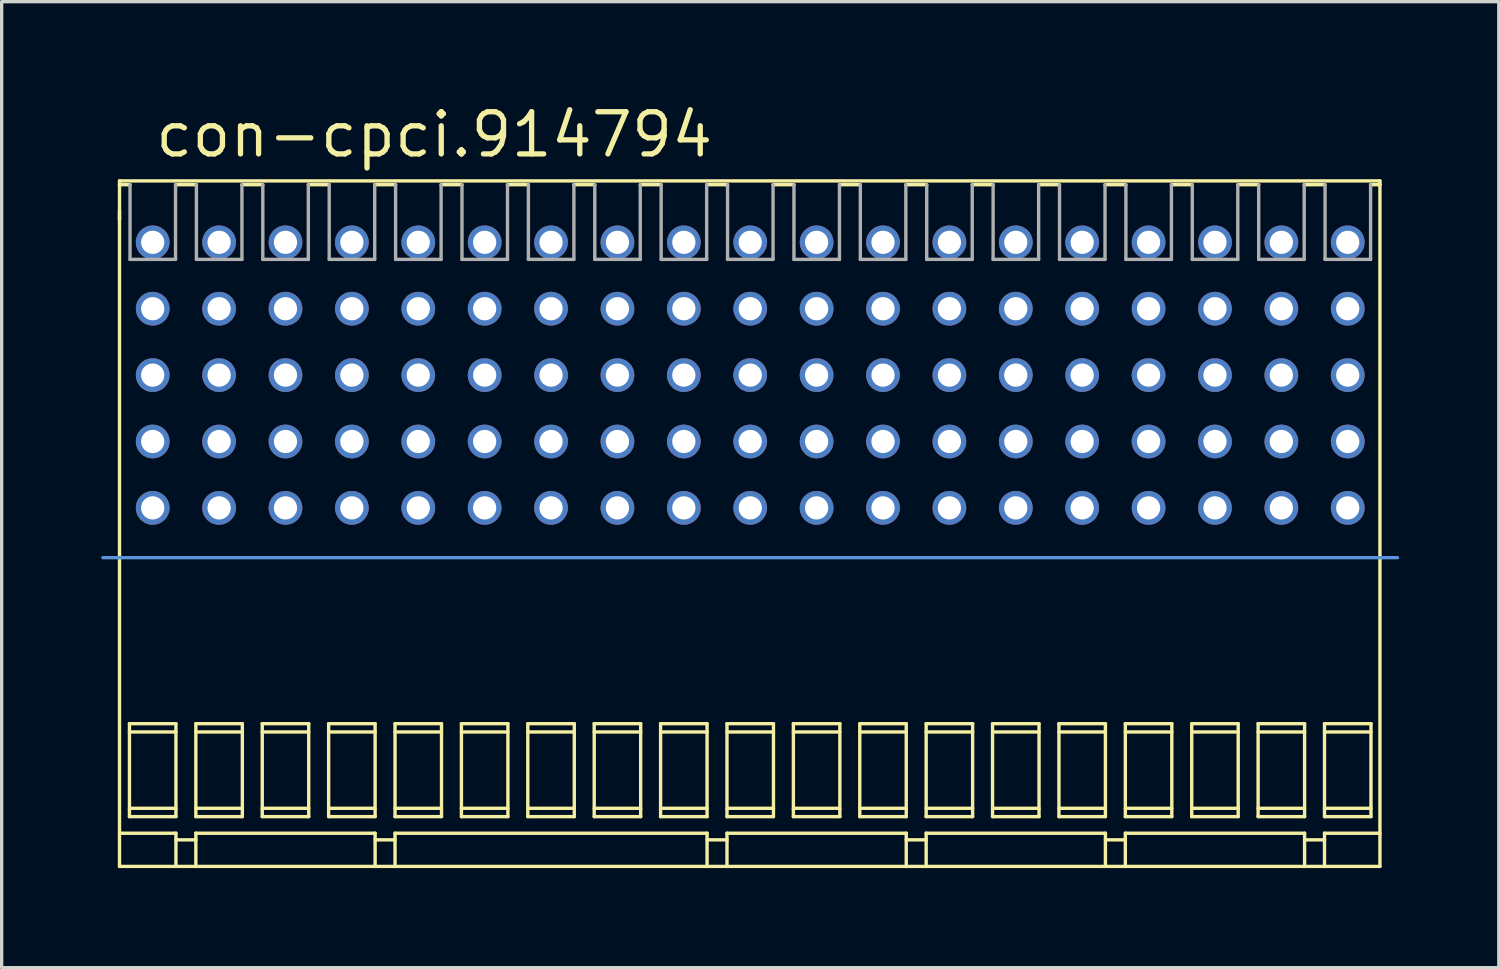
<source format=kicad_pcb>
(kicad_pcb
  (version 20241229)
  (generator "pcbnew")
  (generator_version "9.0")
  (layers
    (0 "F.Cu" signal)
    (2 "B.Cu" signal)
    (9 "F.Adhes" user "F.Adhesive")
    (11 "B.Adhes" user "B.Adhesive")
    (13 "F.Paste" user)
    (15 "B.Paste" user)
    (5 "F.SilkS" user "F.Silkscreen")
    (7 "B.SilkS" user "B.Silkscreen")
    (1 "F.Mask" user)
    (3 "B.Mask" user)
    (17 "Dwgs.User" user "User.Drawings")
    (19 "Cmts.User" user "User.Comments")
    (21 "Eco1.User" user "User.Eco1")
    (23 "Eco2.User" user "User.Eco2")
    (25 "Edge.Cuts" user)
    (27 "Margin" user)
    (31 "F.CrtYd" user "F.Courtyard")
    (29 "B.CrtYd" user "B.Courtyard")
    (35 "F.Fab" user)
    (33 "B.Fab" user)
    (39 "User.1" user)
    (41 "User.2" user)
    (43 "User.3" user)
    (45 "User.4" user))
  (footprint "con-cpci.914794"
    (layer "F.Cu")
    (at 19.55 12.25)
    (property "Reference" "con-cpci.914794" (at -18 -10.5 0) (layer "F.SilkS") (effects (font (size 1.27 1.27) (thickness 0.16)) (justify left bottom)))
    (attr through_hole)
    (fp_line (start -19 -9.85) (end 18.97 -9.85) (stroke (width 0.102) (type default)) (layer "F.SilkS"))
    (fp_line (start -19 -9.736) (end -19 -9.85) (stroke (width 0.102) (type default)) (layer "F.SilkS"))
    (fp_line (start -19 -8.952) (end -19 -8.686) (stroke (width 0.102) (type default)) (layer "F.SilkS"))
    (fp_line (start -19 -8.686) (end -19 -9.736) (stroke (width 0.102) (type default)) (layer "F.SilkS"))
    (fp_line (start -19 -8.686) (end -19 10.8) (stroke (width 0.102) (type default)) (layer "F.SilkS"))
    (fp_line (start -19 10.8) (end 18.97 10.8) (stroke (width 0.102) (type default)) (layer "F.SilkS"))
    (fp_line (start -18.7 6.75) (end -17.3 6.75) (stroke (width 0.102) (type default)) (layer "F.SilkS"))
    (fp_line (start -18.7 9.05) (end -17.3 9.05) (stroke (width 0.102) (type default)) (layer "F.SilkS"))
    (fp_line (start -18.7 9.3) (end -18.7 6.5) (stroke (width 0.102) (type default)) (layer "F.SilkS"))
    (fp_line (start -18.683 -9.736) (end -19 -9.736) (stroke (width 0.102) (type default)) (layer "F.SilkS"))
    (fp_line (start -17.3 6.5) (end -18.7 6.5) (stroke (width 0.102) (type default)) (layer "F.SilkS"))
    (fp_line (start -17.3 9.3) (end -18.7 9.3) (stroke (width 0.102) (type default)) (layer "F.SilkS"))
    (fp_line (start -17.3 9.3) (end -17.3 6.5) (stroke (width 0.102) (type default)) (layer "F.SilkS"))
    (fp_line (start -17.3 9.8) (end -19 9.8) (stroke (width 0.102) (type default)) (layer "F.SilkS"))
    (fp_line (start -17.3 10) (end -16.7 10) (stroke (width 0.102) (type default)) (layer "F.SilkS"))
    (fp_line (start -17.3 10.8) (end -17.3 9.8) (stroke (width 0.102) (type default)) (layer "F.SilkS"))
    (fp_line (start -16.7 6.75) (end -15.3 6.75) (stroke (width 0.102) (type default)) (layer "F.SilkS"))
    (fp_line (start -16.7 9.05) (end -15.3 9.05) (stroke (width 0.102) (type default)) (layer "F.SilkS"))
    (fp_line (start -16.7 9.3) (end -16.7 6.5) (stroke (width 0.102) (type default)) (layer "F.SilkS"))
    (fp_line (start -16.7 9.8) (end -11.3 9.8) (stroke (width 0.102) (type default)) (layer "F.SilkS"))
    (fp_line (start -16.7 10.8) (end -16.7 9.8) (stroke (width 0.102) (type default)) (layer "F.SilkS"))
    (fp_line (start -16.683 -9.736) (end -17.312 -9.736) (stroke (width 0.102) (type default)) (layer "F.SilkS"))
    (fp_line (start -15.3 6.5) (end -16.7 6.5) (stroke (width 0.102) (type default)) (layer "F.SilkS"))
    (fp_line (start -15.3 9.3) (end -16.7 9.3) (stroke (width 0.102) (type default)) (layer "F.SilkS"))
    (fp_line (start -15.3 9.3) (end -15.3 6.5) (stroke (width 0.102) (type default)) (layer "F.SilkS"))
    (fp_line (start -14.7 6.75) (end -13.3 6.75) (stroke (width 0.102) (type default)) (layer "F.SilkS"))
    (fp_line (start -14.7 9.05) (end -13.3 9.05) (stroke (width 0.102) (type default)) (layer "F.SilkS"))
    (fp_line (start -14.7 9.3) (end -14.7 6.5) (stroke (width 0.102) (type default)) (layer "F.SilkS"))
    (fp_line (start -14.683 -9.736) (end -15.312 -9.736) (stroke (width 0.102) (type default)) (layer "F.SilkS"))
    (fp_line (start -13.3 6.5) (end -14.7 6.5) (stroke (width 0.102) (type default)) (layer "F.SilkS"))
    (fp_line (start -13.3 9.3) (end -14.7 9.3) (stroke (width 0.102) (type default)) (layer "F.SilkS"))
    (fp_line (start -13.3 9.3) (end -13.3 6.5) (stroke (width 0.102) (type default)) (layer "F.SilkS"))
    (fp_line (start -12.7 6.75) (end -11.3 6.75) (stroke (width 0.102) (type default)) (layer "F.SilkS"))
    (fp_line (start -12.7 9.05) (end -11.3 9.05) (stroke (width 0.102) (type default)) (layer "F.SilkS"))
    (fp_line (start -12.7 9.3) (end -12.7 6.5) (stroke (width 0.102) (type default)) (layer "F.SilkS"))
    (fp_line (start -12.683 -9.736) (end -13.312 -9.736) (stroke (width 0.102) (type default)) (layer "F.SilkS"))
    (fp_line (start -11.3 6.5) (end -12.7 6.5) (stroke (width 0.102) (type default)) (layer "F.SilkS"))
    (fp_line (start -11.3 9.3) (end -12.7 9.3) (stroke (width 0.102) (type default)) (layer "F.SilkS"))
    (fp_line (start -11.3 9.3) (end -11.3 6.5) (stroke (width 0.102) (type default)) (layer "F.SilkS"))
    (fp_line (start -11.3 10) (end -10.7 10) (stroke (width 0.102) (type default)) (layer "F.SilkS"))
    (fp_line (start -11.3 10.8) (end -11.3 9.8) (stroke (width 0.102) (type default)) (layer "F.SilkS"))
    (fp_line (start -10.7 6.75) (end -9.3 6.75) (stroke (width 0.102) (type default)) (layer "F.SilkS"))
    (fp_line (start -10.7 9.05) (end -9.3 9.05) (stroke (width 0.102) (type default)) (layer "F.SilkS"))
    (fp_line (start -10.7 9.3) (end -10.7 6.5) (stroke (width 0.102) (type default)) (layer "F.SilkS"))
    (fp_line (start -10.7 9.8) (end -10.7 10.8) (stroke (width 0.102) (type default)) (layer "F.SilkS"))
    (fp_line (start -10.683 -9.736) (end -11.312 -9.736) (stroke (width 0.102) (type default)) (layer "F.SilkS"))
    (fp_line (start -9.3 6.5) (end -10.7 6.5) (stroke (width 0.102) (type default)) (layer "F.SilkS"))
    (fp_line (start -9.3 9.3) (end -10.7 9.3) (stroke (width 0.102) (type default)) (layer "F.SilkS"))
    (fp_line (start -9.3 9.3) (end -9.3 6.5) (stroke (width 0.102) (type default)) (layer "F.SilkS"))
    (fp_line (start -8.7 6.75) (end -7.3 6.75) (stroke (width 0.102) (type default)) (layer "F.SilkS"))
    (fp_line (start -8.7 9.05) (end -7.3 9.05) (stroke (width 0.102) (type default)) (layer "F.SilkS"))
    (fp_line (start -8.7 9.3) (end -8.7 6.5) (stroke (width 0.102) (type default)) (layer "F.SilkS"))
    (fp_line (start -8.683 -9.736) (end -9.312 -9.736) (stroke (width 0.102) (type default)) (layer "F.SilkS"))
    (fp_line (start -7.3 6.5) (end -8.7 6.5) (stroke (width 0.102) (type default)) (layer "F.SilkS"))
    (fp_line (start -7.3 9.3) (end -8.7 9.3) (stroke (width 0.102) (type default)) (layer "F.SilkS"))
    (fp_line (start -7.3 9.3) (end -7.3 6.5) (stroke (width 0.102) (type default)) (layer "F.SilkS"))
    (fp_line (start -6.7 9.3) (end -6.7 6.5) (stroke (width 0.102) (type default)) (layer "F.SilkS"))
    (fp_line (start -6.683 -9.736) (end -7.312 -9.736) (stroke (width 0.102) (type default)) (layer "F.SilkS"))
    (fp_line (start -5.3 6.5) (end -6.7 6.5) (stroke (width 0.102) (type default)) (layer "F.SilkS"))
    (fp_line (start -5.3 6.5) (end -5.3 9.3) (stroke (width 0.102) (type default)) (layer "F.SilkS"))
    (fp_line (start -5.3 6.75) (end -6.7 6.75) (stroke (width 0.102) (type default)) (layer "F.SilkS"))
    (fp_line (start -5.3 9.05) (end -6.7 9.05) (stroke (width 0.102) (type default)) (layer "F.SilkS"))
    (fp_line (start -5.3 9.3) (end -6.7 9.3) (stroke (width 0.102) (type default)) (layer "F.SilkS"))
    (fp_line (start -4.7 6.5) (end -3.3 6.5) (stroke (width 0.102) (type default)) (layer "F.SilkS"))
    (fp_line (start -4.7 9.3) (end -4.7 6.5) (stroke (width 0.102) (type default)) (layer "F.SilkS"))
    (fp_line (start -4.683 -9.736) (end -5.312 -9.736) (stroke (width 0.102) (type default)) (layer "F.SilkS"))
    (fp_line (start -3.3 6.5) (end -3.3 9.3) (stroke (width 0.102) (type default)) (layer "F.SilkS"))
    (fp_line (start -3.3 6.75) (end -4.7 6.75) (stroke (width 0.102) (type default)) (layer "F.SilkS"))
    (fp_line (start -3.3 9.05) (end -4.7 9.05) (stroke (width 0.102) (type default)) (layer "F.SilkS"))
    (fp_line (start -3.3 9.3) (end -4.7 9.3) (stroke (width 0.102) (type default)) (layer "F.SilkS"))
    (fp_line (start -2.7 6.5) (end -1.3 6.5) (stroke (width 0.102) (type default)) (layer "F.SilkS"))
    (fp_line (start -2.7 9.3) (end -2.7 6.5) (stroke (width 0.102) (type default)) (layer "F.SilkS"))
    (fp_line (start -2.683 -9.736) (end -3.312 -9.736) (stroke (width 0.102) (type default)) (layer "F.SilkS"))
    (fp_line (start -1.3 6.5) (end -1.3 9.3) (stroke (width 0.102) (type default)) (layer "F.SilkS"))
    (fp_line (start -1.3 6.75) (end -2.7 6.75) (stroke (width 0.102) (type default)) (layer "F.SilkS"))
    (fp_line (start -1.3 9.05) (end -2.7 9.05) (stroke (width 0.102) (type default)) (layer "F.SilkS"))
    (fp_line (start -1.3 9.3) (end -2.7 9.3) (stroke (width 0.102) (type default)) (layer "F.SilkS"))
    (fp_line (start -1.3 9.8) (end -10.7 9.8) (stroke (width 0.102) (type default)) (layer "F.SilkS"))
    (fp_line (start -1.3 10.8) (end -1.3 9.8) (stroke (width 0.102) (type default)) (layer "F.SilkS"))
    (fp_line (start -0.7 6.5) (end 0.7 6.5) (stroke (width 0.102) (type default)) (layer "F.SilkS"))
    (fp_line (start -0.7 9.3) (end -0.7 6.5) (stroke (width 0.102) (type default)) (layer "F.SilkS"))
    (fp_line (start -0.7 9.8) (end -0.7 10.8) (stroke (width 0.102) (type default)) (layer "F.SilkS"))
    (fp_line (start -0.7 10) (end -1.3 10) (stroke (width 0.102) (type default)) (layer "F.SilkS"))
    (fp_line (start -0.683 -9.736) (end -1.312 -9.736) (stroke (width 0.102) (type default)) (layer "F.SilkS"))
    (fp_line (start 0.7 6.5) (end 0.7 9.3) (stroke (width 0.102) (type default)) (layer "F.SilkS"))
    (fp_line (start 0.7 6.75) (end -0.7 6.75) (stroke (width 0.102) (type default)) (layer "F.SilkS"))
    (fp_line (start 0.7 9.05) (end -0.7 9.05) (stroke (width 0.102) (type default)) (layer "F.SilkS"))
    (fp_line (start 0.7 9.3) (end -0.7 9.3) (stroke (width 0.102) (type default)) (layer "F.SilkS"))
    (fp_line (start 1.3 6.5) (end 2.7 6.5) (stroke (width 0.102) (type default)) (layer "F.SilkS"))
    (fp_line (start 1.3 9.3) (end 1.3 6.5) (stroke (width 0.102) (type default)) (layer "F.SilkS"))
    (fp_line (start 1.317 -9.736) (end 0.688 -9.736) (stroke (width 0.102) (type default)) (layer "F.SilkS"))
    (fp_line (start 2.7 6.5) (end 2.7 9.3) (stroke (width 0.102) (type default)) (layer "F.SilkS"))
    (fp_line (start 2.7 6.75) (end 1.3 6.75) (stroke (width 0.102) (type default)) (layer "F.SilkS"))
    (fp_line (start 2.7 9.05) (end 1.3 9.05) (stroke (width 0.102) (type default)) (layer "F.SilkS"))
    (fp_line (start 2.7 9.3) (end 1.3 9.3) (stroke (width 0.102) (type default)) (layer "F.SilkS"))
    (fp_line (start 3.3 6.5) (end 4.7 6.5) (stroke (width 0.102) (type default)) (layer "F.SilkS"))
    (fp_line (start 3.3 9.3) (end 3.3 6.5) (stroke (width 0.102) (type default)) (layer "F.SilkS"))
    (fp_line (start 3.317 -9.736) (end 2.688 -9.736) (stroke (width 0.102) (type default)) (layer "F.SilkS"))
    (fp_line (start 4.7 6.5) (end 4.7 9.3) (stroke (width 0.102) (type default)) (layer "F.SilkS"))
    (fp_line (start 4.7 6.75) (end 3.3 6.75) (stroke (width 0.102) (type default)) (layer "F.SilkS"))
    (fp_line (start 4.7 9.05) (end 3.3 9.05) (stroke (width 0.102) (type default)) (layer "F.SilkS"))
    (fp_line (start 4.7 9.3) (end 3.3 9.3) (stroke (width 0.102) (type default)) (layer "F.SilkS"))
    (fp_line (start 4.7 9.8) (end -0.7 9.8) (stroke (width 0.102) (type default)) (layer "F.SilkS"))
    (fp_line (start 4.7 9.8) (end 4.7 10.8) (stroke (width 0.102) (type default)) (layer "F.SilkS"))
    (fp_line (start 5.3 6.5) (end 6.7 6.5) (stroke (width 0.102) (type default)) (layer "F.SilkS"))
    (fp_line (start 5.3 9.3) (end 5.3 6.5) (stroke (width 0.102) (type default)) (layer "F.SilkS"))
    (fp_line (start 5.3 9.8) (end 5.3 10.8) (stroke (width 0.102) (type default)) (layer "F.SilkS"))
    (fp_line (start 5.3 10) (end 4.7 10) (stroke (width 0.102) (type default)) (layer "F.SilkS"))
    (fp_line (start 5.317 -9.736) (end 4.688 -9.736) (stroke (width 0.102) (type default)) (layer "F.SilkS"))
    (fp_line (start 6.7 6.5) (end 6.7 9.3) (stroke (width 0.102) (type default)) (layer "F.SilkS"))
    (fp_line (start 6.7 6.75) (end 5.3 6.75) (stroke (width 0.102) (type default)) (layer "F.SilkS"))
    (fp_line (start 6.7 9.05) (end 5.3 9.05) (stroke (width 0.102) (type default)) (layer "F.SilkS"))
    (fp_line (start 6.7 9.3) (end 5.3 9.3) (stroke (width 0.102) (type default)) (layer "F.SilkS"))
    (fp_line (start 7.3 6.5) (end 8.7 6.5) (stroke (width 0.102) (type default)) (layer "F.SilkS"))
    (fp_line (start 7.3 9.3) (end 7.3 6.5) (stroke (width 0.102) (type default)) (layer "F.SilkS"))
    (fp_line (start 7.317 -9.736) (end 6.688 -9.736) (stroke (width 0.102) (type default)) (layer "F.SilkS"))
    (fp_line (start 8.7 6.5) (end 8.7 9.3) (stroke (width 0.102) (type default)) (layer "F.SilkS"))
    (fp_line (start 8.7 6.75) (end 7.3 6.75) (stroke (width 0.102) (type default)) (layer "F.SilkS"))
    (fp_line (start 8.7 9.05) (end 7.3 9.05) (stroke (width 0.102) (type default)) (layer "F.SilkS"))
    (fp_line (start 8.7 9.3) (end 7.3 9.3) (stroke (width 0.102) (type default)) (layer "F.SilkS"))
    (fp_line (start 9.3 6.5) (end 10.7 6.5) (stroke (width 0.102) (type default)) (layer "F.SilkS"))
    (fp_line (start 9.3 9.3) (end 9.3 6.5) (stroke (width 0.102) (type default)) (layer "F.SilkS"))
    (fp_line (start 9.317 -9.736) (end 8.688 -9.736) (stroke (width 0.102) (type default)) (layer "F.SilkS"))
    (fp_line (start 10.7 6.5) (end 10.7 9.3) (stroke (width 0.102) (type default)) (layer "F.SilkS"))
    (fp_line (start 10.7 6.75) (end 9.3 6.75) (stroke (width 0.102) (type default)) (layer "F.SilkS"))
    (fp_line (start 10.7 9.05) (end 9.3 9.05) (stroke (width 0.102) (type default)) (layer "F.SilkS"))
    (fp_line (start 10.7 9.3) (end 9.3 9.3) (stroke (width 0.102) (type default)) (layer "F.SilkS"))
    (fp_line (start 10.7 9.8) (end 5.3 9.8) (stroke (width 0.102) (type default)) (layer "F.SilkS"))
    (fp_line (start 10.7 10.8) (end 10.7 9.8) (stroke (width 0.102) (type default)) (layer "F.SilkS"))
    (fp_line (start 11.3 6.5) (end 12.7 6.5) (stroke (width 0.102) (type default)) (layer "F.SilkS"))
    (fp_line (start 11.3 9.3) (end 11.3 6.5) (stroke (width 0.102) (type default)) (layer "F.SilkS"))
    (fp_line (start 11.3 9.3) (end 12.7 9.3) (stroke (width 0.102) (type default)) (layer "F.SilkS"))
    (fp_line (start 11.3 9.8) (end 11.3 10.8) (stroke (width 0.102) (type default)) (layer "F.SilkS"))
    (fp_line (start 11.3 10) (end 10.7 10) (stroke (width 0.102) (type default)) (layer "F.SilkS"))
    (fp_line (start 11.317 -9.736) (end 10.688 -9.736) (stroke (width 0.102) (type default)) (layer "F.SilkS"))
    (fp_line (start 12.7 6.75) (end 11.3 6.75) (stroke (width 0.102) (type default)) (layer "F.SilkS"))
    (fp_line (start 12.7 9.05) (end 11.3 9.05) (stroke (width 0.102) (type default)) (layer "F.SilkS"))
    (fp_line (start 12.7 9.3) (end 12.7 6.5) (stroke (width 0.102) (type default)) (layer "F.SilkS"))
    (fp_line (start 13.3 6.5) (end 14.7 6.5) (stroke (width 0.102) (type default)) (layer "F.SilkS"))
    (fp_line (start 13.3 9.3) (end 13.3 6.5) (stroke (width 0.102) (type default)) (layer "F.SilkS"))
    (fp_line (start 13.3 9.3) (end 14.7 9.3) (stroke (width 0.102) (type default)) (layer "F.SilkS"))
    (fp_line (start 13.317 -9.736) (end 12.688 -9.736) (stroke (width 0.102) (type default)) (layer "F.SilkS"))
    (fp_line (start 14.7 6.75) (end 13.3 6.75) (stroke (width 0.102) (type default)) (layer "F.SilkS"))
    (fp_line (start 14.7 9.05) (end 13.3 9.05) (stroke (width 0.102) (type default)) (layer "F.SilkS"))
    (fp_line (start 14.7 9.3) (end 14.7 6.5) (stroke (width 0.102) (type default)) (layer "F.SilkS"))
    (fp_line (start 15.3 6.5) (end 16.7 6.5) (stroke (width 0.102) (type default)) (layer "F.SilkS"))
    (fp_line (start 15.3 9.3) (end 15.3 6.5) (stroke (width 0.102) (type default)) (layer "F.SilkS"))
    (fp_line (start 15.3 9.3) (end 16.7 9.3) (stroke (width 0.102) (type default)) (layer "F.SilkS"))
    (fp_line (start 15.317 -9.736) (end 14.688 -9.736) (stroke (width 0.102) (type default)) (layer "F.SilkS"))
    (fp_line (start 16.7 6.75) (end 15.3 6.75) (stroke (width 0.102) (type default)) (layer "F.SilkS"))
    (fp_line (start 16.7 9.05) (end 15.3 9.05) (stroke (width 0.102) (type default)) (layer "F.SilkS"))
    (fp_line (start 16.7 9.3) (end 16.7 6.5) (stroke (width 0.102) (type default)) (layer "F.SilkS"))
    (fp_line (start 16.7 9.8) (end 11.3 9.8) (stroke (width 0.102) (type default)) (layer "F.SilkS"))
    (fp_line (start 16.7 10.8) (end 16.7 9.8) (stroke (width 0.102) (type default)) (layer "F.SilkS"))
    (fp_line (start 17.3 6.5) (end 18.7 6.5) (stroke (width 0.102) (type default)) (layer "F.SilkS"))
    (fp_line (start 17.3 9.3) (end 17.3 6.5) (stroke (width 0.102) (type default)) (layer "F.SilkS"))
    (fp_line (start 17.3 9.8) (end 18.97 9.8) (stroke (width 0.102) (type default)) (layer "F.SilkS"))
    (fp_line (start 17.3 10) (end 16.7 10) (stroke (width 0.102) (type default)) (layer "F.SilkS"))
    (fp_line (start 17.3 10.8) (end 17.3 9.8) (stroke (width 0.102) (type default)) (layer "F.SilkS"))
    (fp_line (start 17.317 -9.736) (end 16.688 -9.736) (stroke (width 0.102) (type default)) (layer "F.SilkS"))
    (fp_line (start 18.7 6.5) (end 18.7 9.3) (stroke (width 0.102) (type default)) (layer "F.SilkS"))
    (fp_line (start 18.7 6.75) (end 17.3 6.75) (stroke (width 0.102) (type default)) (layer "F.SilkS"))
    (fp_line (start 18.7 9.05) (end 17.3 9.05) (stroke (width 0.102) (type default)) (layer "F.SilkS"))
    (fp_line (start 18.7 9.3) (end 17.3 9.3) (stroke (width 0.102) (type default)) (layer "F.SilkS"))
    (fp_line (start 18.97 -9.85) (end 18.97 -9.736) (stroke (width 0.102) (type default)) (layer "F.SilkS"))
    (fp_line (start 18.97 -9.736) (end 18.688 -9.736) (stroke (width 0.102) (type default)) (layer "F.SilkS"))
    (fp_line (start 18.97 10.8) (end 18.97 -9.736) (stroke (width 0.102) (type default)) (layer "F.SilkS"))
    (fp_line (start -19.5 1.5) (end 19.5 1.5) (stroke (width 0.1) (type default)) (layer "Cmts.User"))
    (fp_line (start -18.683 -7.486) (end -18.683 -9.736) (stroke (width 0.102) (type default)) (layer "F.Fab"))
    (fp_line (start -17.312 -9.736) (end -17.312 -7.486) (stroke (width 0.102) (type default)) (layer "F.Fab"))
    (fp_line (start -17.312 -7.486) (end -18.683 -7.486) (stroke (width 0.102) (type default)) (layer "F.Fab"))
    (fp_line (start -16.683 -7.486) (end -16.683 -9.736) (stroke (width 0.102) (type default)) (layer "F.Fab"))
    (fp_line (start -15.312 -9.736) (end -15.312 -7.486) (stroke (width 0.102) (type default)) (layer "F.Fab"))
    (fp_line (start -15.312 -7.486) (end -16.683 -7.486) (stroke (width 0.102) (type default)) (layer "F.Fab"))
    (fp_line (start -14.683 -7.486) (end -14.683 -9.736) (stroke (width 0.102) (type default)) (layer "F.Fab"))
    (fp_line (start -13.312 -9.736) (end -13.312 -7.486) (stroke (width 0.102) (type default)) (layer "F.Fab"))
    (fp_line (start -13.312 -7.486) (end -14.683 -7.486) (stroke (width 0.102) (type default)) (layer "F.Fab"))
    (fp_line (start -12.683 -7.486) (end -12.683 -9.736) (stroke (width 0.102) (type default)) (layer "F.Fab"))
    (fp_line (start -11.312 -9.736) (end -11.312 -7.486) (stroke (width 0.102) (type default)) (layer "F.Fab"))
    (fp_line (start -11.312 -7.486) (end -12.683 -7.486) (stroke (width 0.102) (type default)) (layer "F.Fab"))
    (fp_line (start -10.683 -7.486) (end -10.683 -9.736) (stroke (width 0.102) (type default)) (layer "F.Fab"))
    (fp_line (start -9.312 -9.736) (end -9.312 -7.486) (stroke (width 0.102) (type default)) (layer "F.Fab"))
    (fp_line (start -9.312 -7.486) (end -10.683 -7.486) (stroke (width 0.102) (type default)) (layer "F.Fab"))
    (fp_line (start -8.683 -7.486) (end -8.683 -9.736) (stroke (width 0.102) (type default)) (layer "F.Fab"))
    (fp_line (start -7.312 -9.736) (end -7.312 -7.486) (stroke (width 0.102) (type default)) (layer "F.Fab"))
    (fp_line (start -7.312 -7.486) (end -8.683 -7.486) (stroke (width 0.102) (type default)) (layer "F.Fab"))
    (fp_line (start -6.683 -7.486) (end -6.683 -9.736) (stroke (width 0.102) (type default)) (layer "F.Fab"))
    (fp_line (start -5.312 -9.736) (end -5.312 -7.486) (stroke (width 0.102) (type default)) (layer "F.Fab"))
    (fp_line (start -5.312 -7.486) (end -6.683 -7.486) (stroke (width 0.102) (type default)) (layer "F.Fab"))
    (fp_line (start -4.683 -7.486) (end -4.683 -9.736) (stroke (width 0.102) (type default)) (layer "F.Fab"))
    (fp_line (start -3.312 -9.736) (end -3.312 -7.486) (stroke (width 0.102) (type default)) (layer "F.Fab"))
    (fp_line (start -3.312 -7.486) (end -4.683 -7.486) (stroke (width 0.102) (type default)) (layer "F.Fab"))
    (fp_line (start -2.683 -7.486) (end -2.683 -9.736) (stroke (width 0.102) (type default)) (layer "F.Fab"))
    (fp_line (start -1.312 -9.736) (end -1.312 -7.486) (stroke (width 0.102) (type default)) (layer "F.Fab"))
    (fp_line (start -1.312 -7.486) (end -2.683 -7.486) (stroke (width 0.102) (type default)) (layer "F.Fab"))
    (fp_line (start -0.683 -7.486) (end -0.683 -9.736) (stroke (width 0.102) (type default)) (layer "F.Fab"))
    (fp_line (start 0.688 -9.736) (end 0.688 -7.486) (stroke (width 0.102) (type default)) (layer "F.Fab"))
    (fp_line (start 0.688 -7.486) (end -0.683 -7.486) (stroke (width 0.102) (type default)) (layer "F.Fab"))
    (fp_line (start 1.317 -7.486) (end 1.317 -9.736) (stroke (width 0.102) (type default)) (layer "F.Fab"))
    (fp_line (start 2.688 -9.736) (end 2.688 -7.486) (stroke (width 0.102) (type default)) (layer "F.Fab"))
    (fp_line (start 2.688 -7.486) (end 1.317 -7.486) (stroke (width 0.102) (type default)) (layer "F.Fab"))
    (fp_line (start 3.317 -7.486) (end 3.317 -9.736) (stroke (width 0.102) (type default)) (layer "F.Fab"))
    (fp_line (start 4.688 -9.736) (end 4.688 -7.486) (stroke (width 0.102) (type default)) (layer "F.Fab"))
    (fp_line (start 4.688 -7.486) (end 3.317 -7.486) (stroke (width 0.102) (type default)) (layer "F.Fab"))
    (fp_line (start 5.317 -7.486) (end 5.317 -9.736) (stroke (width 0.102) (type default)) (layer "F.Fab"))
    (fp_line (start 6.688 -9.736) (end 6.688 -7.486) (stroke (width 0.102) (type default)) (layer "F.Fab"))
    (fp_line (start 6.688 -7.486) (end 5.317 -7.486) (stroke (width 0.102) (type default)) (layer "F.Fab"))
    (fp_line (start 7.317 -7.486) (end 7.317 -9.736) (stroke (width 0.102) (type default)) (layer "F.Fab"))
    (fp_line (start 8.688 -9.736) (end 8.688 -7.486) (stroke (width 0.102) (type default)) (layer "F.Fab"))
    (fp_line (start 8.688 -7.486) (end 7.317 -7.486) (stroke (width 0.102) (type default)) (layer "F.Fab"))
    (fp_line (start 9.317 -7.486) (end 9.317 -9.736) (stroke (width 0.102) (type default)) (layer "F.Fab"))
    (fp_line (start 10.688 -9.736) (end 10.688 -7.486) (stroke (width 0.102) (type default)) (layer "F.Fab"))
    (fp_line (start 10.688 -7.486) (end 9.317 -7.486) (stroke (width 0.102) (type default)) (layer "F.Fab"))
    (fp_line (start 11.317 -7.486) (end 11.317 -9.736) (stroke (width 0.102) (type default)) (layer "F.Fab"))
    (fp_line (start 12.688 -9.736) (end 12.688 -7.486) (stroke (width 0.102) (type default)) (layer "F.Fab"))
    (fp_line (start 12.688 -7.486) (end 11.317 -7.486) (stroke (width 0.102) (type default)) (layer "F.Fab"))
    (fp_line (start 13.317 -7.486) (end 13.317 -9.736) (stroke (width 0.102) (type default)) (layer "F.Fab"))
    (fp_line (start 14.688 -9.736) (end 14.688 -7.486) (stroke (width 0.102) (type default)) (layer "F.Fab"))
    (fp_line (start 14.688 -7.486) (end 13.317 -7.486) (stroke (width 0.102) (type default)) (layer "F.Fab"))
    (fp_line (start 15.317 -7.486) (end 15.317 -9.736) (stroke (width 0.102) (type default)) (layer "F.Fab"))
    (fp_line (start 16.688 -9.736) (end 16.688 -7.486) (stroke (width 0.102) (type default)) (layer "F.Fab"))
    (fp_line (start 16.688 -7.486) (end 15.317 -7.486) (stroke (width 0.102) (type default)) (layer "F.Fab"))
    (fp_line (start 17.317 -7.486) (end 17.317 -9.736) (stroke (width 0.102) (type default)) (layer "F.Fab"))
    (fp_line (start 18.688 -9.736) (end 18.688 -7.486) (stroke (width 0.102) (type default)) (layer "F.Fab"))
    (fp_line (start 18.688 -7.486) (end 17.317 -7.486) (stroke (width 0.102) (type default)) (layer "F.Fab"))
    (pad "A1" thru_hole circle (at 18 0) (size 1.016 1.016) (drill 0.7) (layers "*.Cu" "*.Mask"))
    (pad "A2" thru_hole circle (at 16 0) (size 1.016 1.016) (drill 0.7) (layers "*.Cu" "*.Mask"))
    (pad "A3" thru_hole circle (at 14 0) (size 1.016 1.016) (drill 0.7) (layers "*.Cu" "*.Mask"))
    (pad "A4" thru_hole circle (at 12 0) (size 1.016 1.016) (drill 0.7) (layers "*.Cu" "*.Mask"))
    (pad "A5" thru_hole circle (at 10 0) (size 1.016 1.016) (drill 0.7) (layers "*.Cu" "*.Mask"))
    (pad "A6" thru_hole circle (at 8 0) (size 1.016 1.016) (drill 0.7) (layers "*.Cu" "*.Mask"))
    (pad "A7" thru_hole circle (at 6 0) (size 1.016 1.016) (drill 0.7) (layers "*.Cu" "*.Mask"))
    (pad "A8" thru_hole circle (at 4 0) (size 1.016 1.016) (drill 0.7) (layers "*.Cu" "*.Mask"))
    (pad "A9" thru_hole circle (at 2 0) (size 1.016 1.016) (drill 0.7) (layers "*.Cu" "*.Mask"))
    (pad "A10" thru_hole circle (at 0 0) (size 1.016 1.016) (drill 0.7) (layers "*.Cu" "*.Mask"))
    (pad "A11" thru_hole circle (at -2 0) (size 1.016 1.016) (drill 0.7) (layers "*.Cu" "*.Mask"))
    (pad "A12" thru_hole circle (at -4 0) (size 1.016 1.016) (drill 0.7) (layers "*.Cu" "*.Mask"))
    (pad "A13" thru_hole circle (at -6 0) (size 1.016 1.016) (drill 0.7) (layers "*.Cu" "*.Mask"))
    (pad "A14" thru_hole circle (at -8 0) (size 1.016 1.016) (drill 0.7) (layers "*.Cu" "*.Mask"))
    (pad "A15" thru_hole circle (at -10 0) (size 1.016 1.016) (drill 0.7) (layers "*.Cu" "*.Mask"))
    (pad "A16" thru_hole circle (at -12 0) (size 1.016 1.016) (drill 0.7) (layers "*.Cu" "*.Mask"))
    (pad "A17" thru_hole circle (at -14 0) (size 1.016 1.016) (drill 0.7) (layers "*.Cu" "*.Mask"))
    (pad "A18" thru_hole circle (at -16 0) (size 1.016 1.016) (drill 0.7) (layers "*.Cu" "*.Mask"))
    (pad "A19" thru_hole circle (at -18 0) (size 1.016 1.016) (drill 0.7) (layers "*.Cu" "*.Mask"))
    (pad "B1" thru_hole circle (at 18 -2) (size 1.016 1.016) (drill 0.7) (layers "*.Cu" "*.Mask"))
    (pad "B2" thru_hole circle (at 16 -2) (size 1.016 1.016) (drill 0.7) (layers "*.Cu" "*.Mask"))
    (pad "B3" thru_hole circle (at 14 -2) (size 1.016 1.016) (drill 0.7) (layers "*.Cu" "*.Mask"))
    (pad "B4" thru_hole circle (at 12 -2) (size 1.016 1.016) (drill 0.7) (layers "*.Cu" "*.Mask"))
    (pad "B5" thru_hole circle (at 10 -2) (size 1.016 1.016) (drill 0.7) (layers "*.Cu" "*.Mask"))
    (pad "B6" thru_hole circle (at 8 -2) (size 1.016 1.016) (drill 0.7) (layers "*.Cu" "*.Mask"))
    (pad "B7" thru_hole circle (at 6 -2) (size 1.016 1.016) (drill 0.7) (layers "*.Cu" "*.Mask"))
    (pad "B8" thru_hole circle (at 4 -2) (size 1.016 1.016) (drill 0.7) (layers "*.Cu" "*.Mask"))
    (pad "B9" thru_hole circle (at 2 -2) (size 1.016 1.016) (drill 0.7) (layers "*.Cu" "*.Mask"))
    (pad "B10" thru_hole circle (at 0 -2) (size 1.016 1.016) (drill 0.7) (layers "*.Cu" "*.Mask"))
    (pad "B11" thru_hole circle (at -2 -2) (size 1.016 1.016) (drill 0.7) (layers "*.Cu" "*.Mask"))
    (pad "B12" thru_hole circle (at -4 -2) (size 1.016 1.016) (drill 0.7) (layers "*.Cu" "*.Mask"))
    (pad "B13" thru_hole circle (at -6 -2) (size 1.016 1.016) (drill 0.7) (layers "*.Cu" "*.Mask"))
    (pad "B14" thru_hole circle (at -8 -2) (size 1.016 1.016) (drill 0.7) (layers "*.Cu" "*.Mask"))
    (pad "B15" thru_hole circle (at -10 -2) (size 1.016 1.016) (drill 0.7) (layers "*.Cu" "*.Mask"))
    (pad "B16" thru_hole circle (at -12 -2) (size 1.016 1.016) (drill 0.7) (layers "*.Cu" "*.Mask"))
    (pad "B17" thru_hole circle (at -14 -2) (size 1.016 1.016) (drill 0.7) (layers "*.Cu" "*.Mask"))
    (pad "B18" thru_hole circle (at -16 -2) (size 1.016 1.016) (drill 0.7) (layers "*.Cu" "*.Mask"))
    (pad "B19" thru_hole circle (at -18 -2) (size 1.016 1.016) (drill 0.7) (layers "*.Cu" "*.Mask"))
    (pad "C1" thru_hole circle (at 18 -4) (size 1.016 1.016) (drill 0.7) (layers "*.Cu" "*.Mask"))
    (pad "C2" thru_hole circle (at 16 -4) (size 1.016 1.016) (drill 0.7) (layers "*.Cu" "*.Mask"))
    (pad "C3" thru_hole circle (at 14 -4) (size 1.016 1.016) (drill 0.7) (layers "*.Cu" "*.Mask"))
    (pad "C4" thru_hole circle (at 12 -4) (size 1.016 1.016) (drill 0.7) (layers "*.Cu" "*.Mask"))
    (pad "C5" thru_hole circle (at 10 -4) (size 1.016 1.016) (drill 0.7) (layers "*.Cu" "*.Mask"))
    (pad "C6" thru_hole circle (at 8 -4) (size 1.016 1.016) (drill 0.7) (layers "*.Cu" "*.Mask"))
    (pad "C7" thru_hole circle (at 6 -4) (size 1.016 1.016) (drill 0.7) (layers "*.Cu" "*.Mask"))
    (pad "C8" thru_hole circle (at 4 -4) (size 1.016 1.016) (drill 0.7) (layers "*.Cu" "*.Mask"))
    (pad "C9" thru_hole circle (at 2 -4) (size 1.016 1.016) (drill 0.7) (layers "*.Cu" "*.Mask"))
    (pad "C10" thru_hole circle (at 0 -4) (size 1.016 1.016) (drill 0.7) (layers "*.Cu" "*.Mask"))
    (pad "C11" thru_hole circle (at -2 -4) (size 1.016 1.016) (drill 0.7) (layers "*.Cu" "*.Mask"))
    (pad "C12" thru_hole circle (at -4 -4) (size 1.016 1.016) (drill 0.7) (layers "*.Cu" "*.Mask"))
    (pad "C13" thru_hole circle (at -6 -4) (size 1.016 1.016) (drill 0.7) (layers "*.Cu" "*.Mask"))
    (pad "C14" thru_hole circle (at -8 -4) (size 1.016 1.016) (drill 0.7) (layers "*.Cu" "*.Mask"))
    (pad "C15" thru_hole circle (at -10 -4) (size 1.016 1.016) (drill 0.7) (layers "*.Cu" "*.Mask"))
    (pad "C16" thru_hole circle (at -12 -4) (size 1.016 1.016) (drill 0.7) (layers "*.Cu" "*.Mask"))
    (pad "C17" thru_hole circle (at -14 -4) (size 1.016 1.016) (drill 0.7) (layers "*.Cu" "*.Mask"))
    (pad "C18" thru_hole circle (at -16 -4) (size 1.016 1.016) (drill 0.7) (layers "*.Cu" "*.Mask"))
    (pad "C19" thru_hole circle (at -18 -4) (size 1.016 1.016) (drill 0.7) (layers "*.Cu" "*.Mask"))
    (pad "D1" thru_hole circle (at 18 -6) (size 1.016 1.016) (drill 0.7) (layers "*.Cu" "*.Mask"))
    (pad "D2" thru_hole circle (at 16 -6) (size 1.016 1.016) (drill 0.7) (layers "*.Cu" "*.Mask"))
    (pad "D3" thru_hole circle (at 14 -6) (size 1.016 1.016) (drill 0.7) (layers "*.Cu" "*.Mask"))
    (pad "D4" thru_hole circle (at 12 -6) (size 1.016 1.016) (drill 0.7) (layers "*.Cu" "*.Mask"))
    (pad "D5" thru_hole circle (at 10 -6) (size 1.016 1.016) (drill 0.7) (layers "*.Cu" "*.Mask"))
    (pad "D6" thru_hole circle (at 8 -6) (size 1.016 1.016) (drill 0.7) (layers "*.Cu" "*.Mask"))
    (pad "D7" thru_hole circle (at 6 -6) (size 1.016 1.016) (drill 0.7) (layers "*.Cu" "*.Mask"))
    (pad "D8" thru_hole circle (at 4 -6) (size 1.016 1.016) (drill 0.7) (layers "*.Cu" "*.Mask"))
    (pad "D9" thru_hole circle (at 2 -6) (size 1.016 1.016) (drill 0.7) (layers "*.Cu" "*.Mask"))
    (pad "D10" thru_hole circle (at 0 -6) (size 1.016 1.016) (drill 0.7) (layers "*.Cu" "*.Mask"))
    (pad "D11" thru_hole circle (at -2 -6) (size 1.016 1.016) (drill 0.7) (layers "*.Cu" "*.Mask"))
    (pad "D12" thru_hole circle (at -4 -6) (size 1.016 1.016) (drill 0.7) (layers "*.Cu" "*.Mask"))
    (pad "D13" thru_hole circle (at -6 -6) (size 1.016 1.016) (drill 0.7) (layers "*.Cu" "*.Mask"))
    (pad "D14" thru_hole circle (at -8 -6) (size 1.016 1.016) (drill 0.7) (layers "*.Cu" "*.Mask"))
    (pad "D15" thru_hole circle (at -10 -6) (size 1.016 1.016) (drill 0.7) (layers "*.Cu" "*.Mask"))
    (pad "D16" thru_hole circle (at -12 -6) (size 1.016 1.016) (drill 0.7) (layers "*.Cu" "*.Mask"))
    (pad "D17" thru_hole circle (at -14 -6) (size 1.016 1.016) (drill 0.7) (layers "*.Cu" "*.Mask"))
    (pad "D18" thru_hole circle (at -16 -6) (size 1.016 1.016) (drill 0.7) (layers "*.Cu" "*.Mask"))
    (pad "D19" thru_hole circle (at -18 -6) (size 1.016 1.016) (drill 0.7) (layers "*.Cu" "*.Mask"))
    (pad "E1" thru_hole circle (at 18 -8) (size 1.016 1.016) (drill 0.7) (layers "*.Cu" "*.Mask"))
    (pad "E2" thru_hole circle (at 16 -8) (size 1.016 1.016) (drill 0.7) (layers "*.Cu" "*.Mask"))
    (pad "E3" thru_hole circle (at 14 -8) (size 1.016 1.016) (drill 0.7) (layers "*.Cu" "*.Mask"))
    (pad "E4" thru_hole circle (at 12 -8) (size 1.016 1.016) (drill 0.7) (layers "*.Cu" "*.Mask"))
    (pad "E5" thru_hole circle (at 10 -8) (size 1.016 1.016) (drill 0.7) (layers "*.Cu" "*.Mask"))
    (pad "E6" thru_hole circle (at 8 -8) (size 1.016 1.016) (drill 0.7) (layers "*.Cu" "*.Mask"))
    (pad "E7" thru_hole circle (at 6 -8) (size 1.016 1.016) (drill 0.7) (layers "*.Cu" "*.Mask"))
    (pad "E8" thru_hole circle (at 4 -8) (size 1.016 1.016) (drill 0.7) (layers "*.Cu" "*.Mask"))
    (pad "E9" thru_hole circle (at 2 -8) (size 1.016 1.016) (drill 0.7) (layers "*.Cu" "*.Mask"))
    (pad "E10" thru_hole circle (at 0 -8) (size 1.016 1.016) (drill 0.7) (layers "*.Cu" "*.Mask"))
    (pad "E11" thru_hole circle (at -2 -8) (size 1.016 1.016) (drill 0.7) (layers "*.Cu" "*.Mask"))
    (pad "E12" thru_hole circle (at -4 -8) (size 1.016 1.016) (drill 0.7) (layers "*.Cu" "*.Mask"))
    (pad "E13" thru_hole circle (at -6 -8) (size 1.016 1.016) (drill 0.7) (layers "*.Cu" "*.Mask"))
    (pad "E14" thru_hole circle (at -8 -8) (size 1.016 1.016) (drill 0.7) (layers "*.Cu" "*.Mask"))
    (pad "E15" thru_hole circle (at -10 -8) (size 1.016 1.016) (drill 0.7) (layers "*.Cu" "*.Mask"))
    (pad "E16" thru_hole circle (at -12 -8) (size 1.016 1.016) (drill 0.7) (layers "*.Cu" "*.Mask"))
    (pad "E17" thru_hole circle (at -14 -8) (size 1.016 1.016) (drill 0.7) (layers "*.Cu" "*.Mask"))
    (pad "E18" thru_hole circle (at -16 -8) (size 1.016 1.016) (drill 0.7) (layers "*.Cu" "*.Mask"))
    (pad "E19" thru_hole circle (at -18 -8) (size 1.016 1.016) (drill 0.7) (layers "*.Cu" "*.Mask")))
  (gr_rect
    (start -3 -3)
    (end 42.1 26.101)
    (stroke (width 0.1) (type default))
    (fill no)
    (layer "Edge.Cuts")))
</source>
